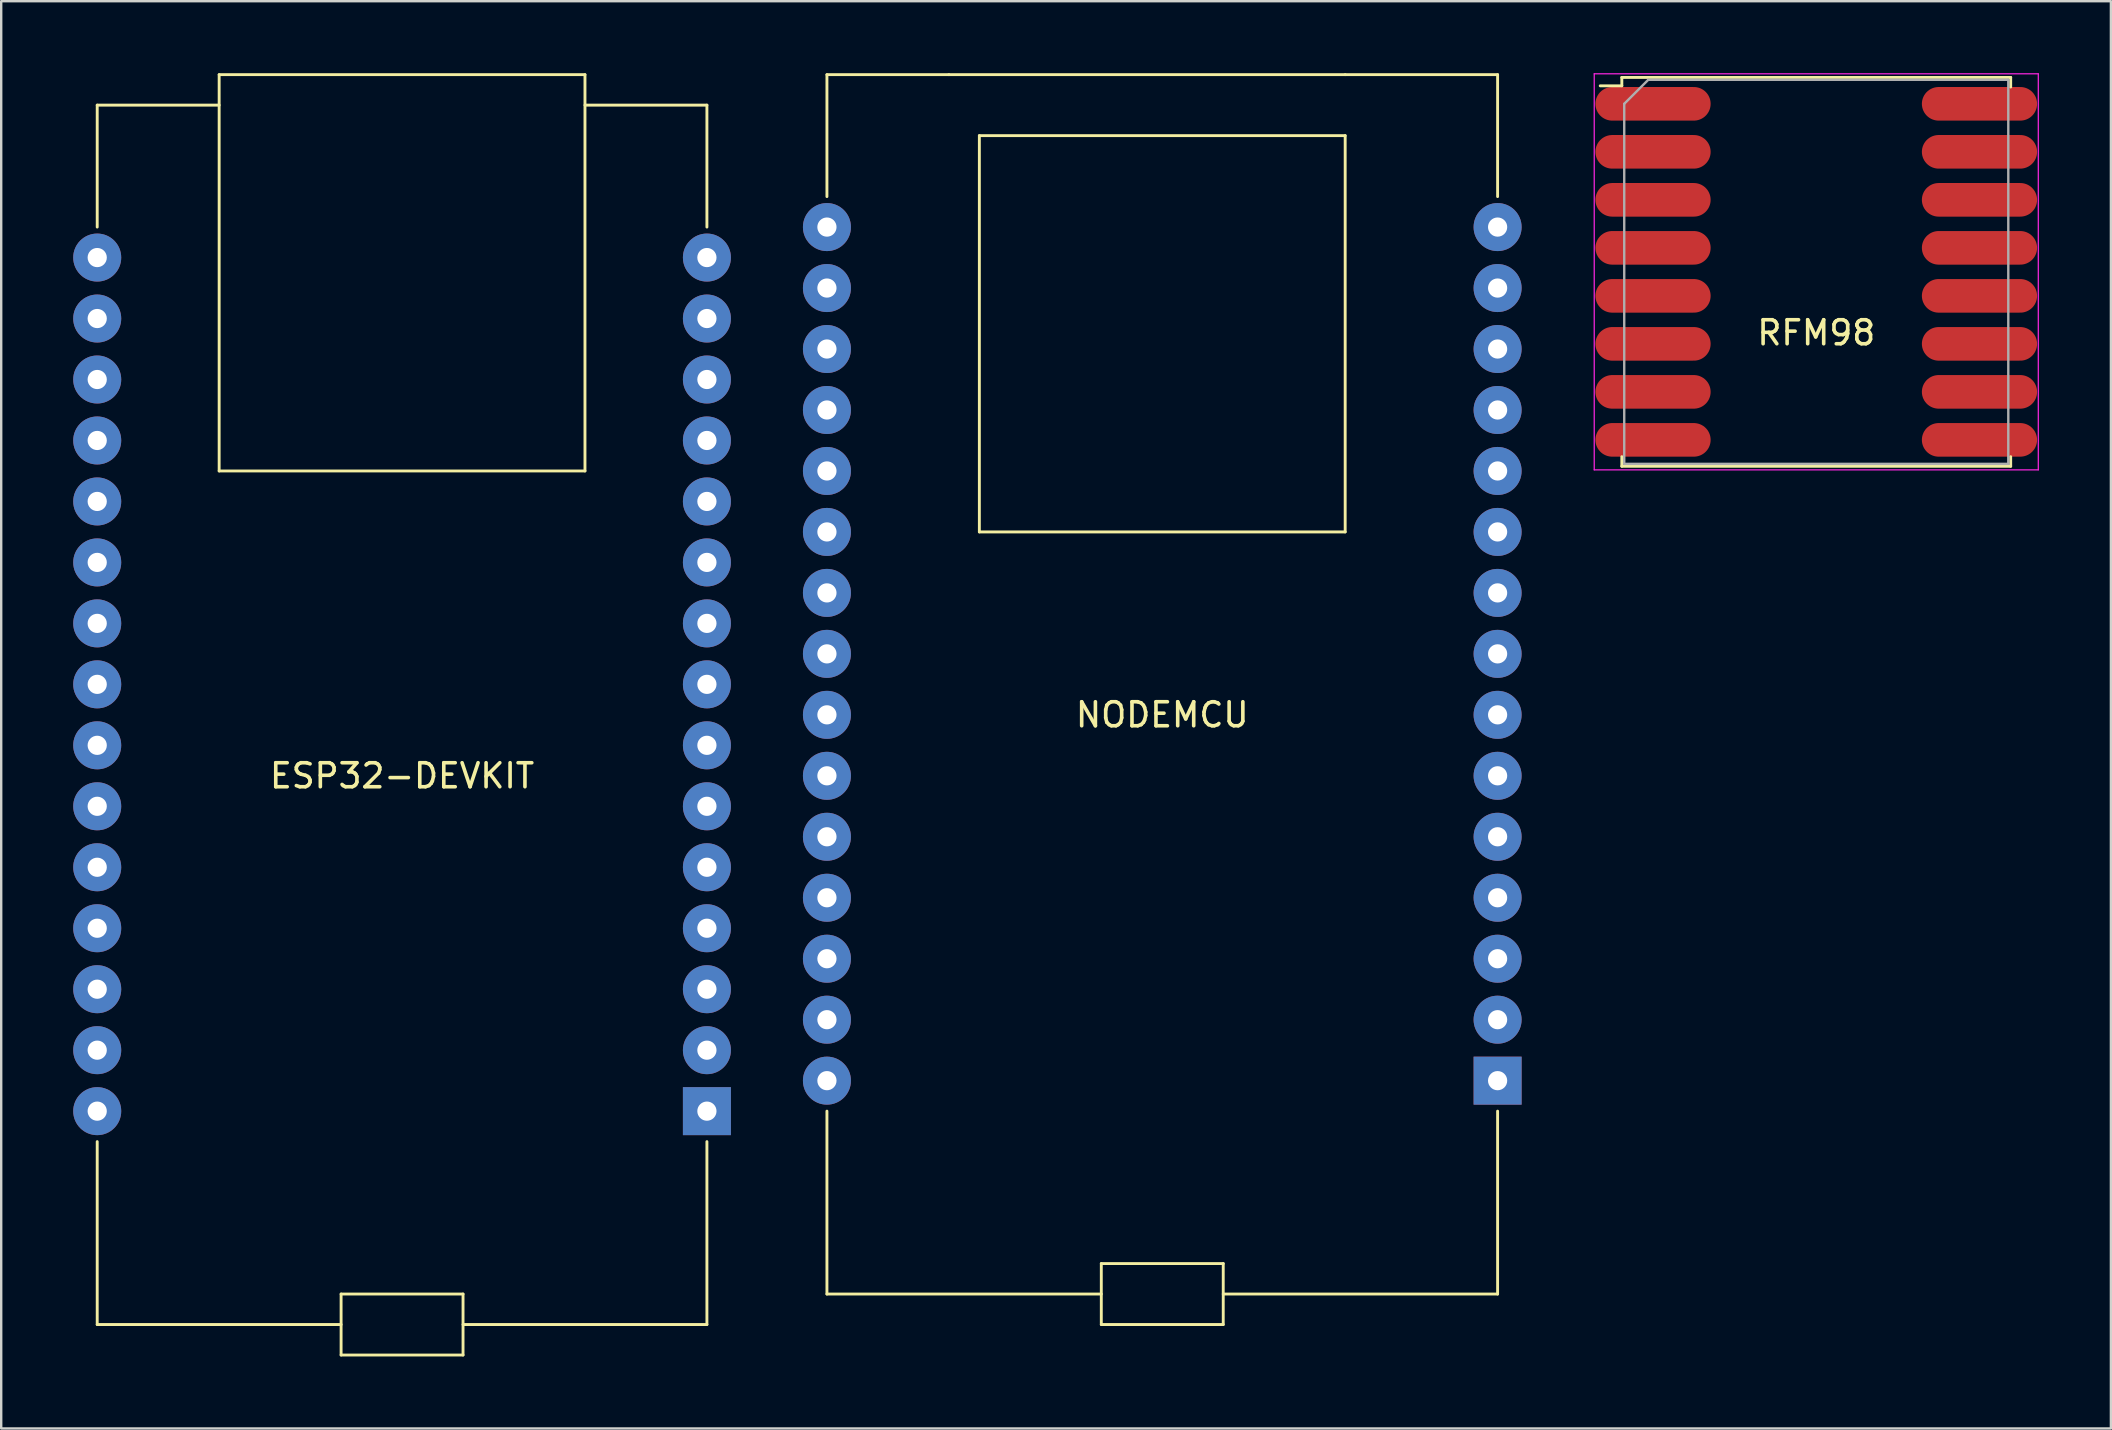
<source format=kicad_pcb>
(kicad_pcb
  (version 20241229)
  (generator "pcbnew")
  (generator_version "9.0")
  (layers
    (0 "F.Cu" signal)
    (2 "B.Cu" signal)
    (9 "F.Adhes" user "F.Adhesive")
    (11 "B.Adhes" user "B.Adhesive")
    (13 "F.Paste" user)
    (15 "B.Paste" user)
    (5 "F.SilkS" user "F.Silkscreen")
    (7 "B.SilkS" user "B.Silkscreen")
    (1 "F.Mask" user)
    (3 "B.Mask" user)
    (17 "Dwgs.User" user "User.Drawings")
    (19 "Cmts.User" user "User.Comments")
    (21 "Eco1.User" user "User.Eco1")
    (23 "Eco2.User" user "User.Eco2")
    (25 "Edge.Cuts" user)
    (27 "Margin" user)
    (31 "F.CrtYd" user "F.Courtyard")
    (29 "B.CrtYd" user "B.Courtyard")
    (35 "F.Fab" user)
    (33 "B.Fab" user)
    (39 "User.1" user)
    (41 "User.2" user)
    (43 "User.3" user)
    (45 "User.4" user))
  (footprint "NODEMCU"
    (layer "F.Cu")
    (at 45.37 25.46)
    (property "Reference" "NODEMCU" (at 0 1.27 0) (layer "F.SilkS") (effects (font (size 1 1) (thickness 0.15))))
    (attr through_hole)
    (fp_line (start -13.97 -20.32) (end -13.97 -25.4) (stroke (width 0.12) (type solid)) (layer "F.SilkS"))
    (fp_line (start -13.97 17.78) (end -13.97 25.4) (stroke (width 0.12) (type solid)) (layer "F.SilkS"))
    (fp_line (start -8.89 -25.4) (end -13.97 -25.4) (stroke (width 0.12) (type solid)) (layer "F.SilkS"))
    (fp_line (start -8.89 -25.4) (end 7.62 -25.4) (stroke (width 0.12) (type solid)) (layer "F.SilkS"))
    (fp_line (start -7.62 -22.86) (end -7.62 -6.35) (stroke (width 0.12) (type solid)) (layer "F.SilkS"))
    (fp_line (start -7.62 -6.35) (end 7.62 -6.35) (stroke (width 0.12) (type solid)) (layer "F.SilkS"))
    (fp_line (start -2.54 24.13) (end 2.54 24.13) (stroke (width 0.12) (type solid)) (layer "F.SilkS"))
    (fp_line (start -2.54 25.4) (end -13.97 25.4) (stroke (width 0.12) (type solid)) (layer "F.SilkS"))
    (fp_line (start -2.54 26.67) (end -2.54 24.13) (stroke (width 0.12) (type solid)) (layer "F.SilkS"))
    (fp_line (start 2.54 24.13) (end 2.54 26.67) (stroke (width 0.12) (type solid)) (layer "F.SilkS"))
    (fp_line (start 2.54 26.67) (end -2.54 26.67) (stroke (width 0.12) (type solid)) (layer "F.SilkS"))
    (fp_line (start 7.62 -22.86) (end -7.62 -22.86) (stroke (width 0.12) (type solid)) (layer "F.SilkS"))
    (fp_line (start 7.62 -6.35) (end 7.62 -22.86) (stroke (width 0.12) (type solid)) (layer "F.SilkS"))
    (fp_line (start 13.97 -25.4) (end 7.62 -25.4) (stroke (width 0.12) (type solid)) (layer "F.SilkS"))
    (fp_line (start 13.97 -25.4) (end 13.97 -20.32) (stroke (width 0.12) (type solid)) (layer "F.SilkS"))
    (fp_line (start 13.97 25.4) (end 2.54 25.4) (stroke (width 0.12) (type solid)) (layer "F.SilkS"))
    (fp_line (start 13.97 25.4) (end 13.97 17.78) (stroke (width 0.12) (type solid)) (layer "F.SilkS"))
    (pad "1" thru_hole rect (at 13.97 16.51) (size 2 2) (drill 0.8) (layers "*.Cu" "*.Mask"))
    (pad "2" thru_hole circle (at 13.97 13.97) (size 2 2) (drill 0.8) (layers "*.Cu" "*.Mask"))
    (pad "3" thru_hole circle (at 13.97 11.43) (size 2 2) (drill 0.8) (layers "*.Cu" "*.Mask"))
    (pad "4" thru_hole circle (at 13.97 8.89) (size 2 2) (drill 0.8) (layers "*.Cu" "*.Mask"))
    (pad "5" thru_hole circle (at 13.97 6.35) (size 2 2) (drill 0.8) (layers "*.Cu" "*.Mask"))
    (pad "6" thru_hole circle (at 13.97 3.81) (size 2 2) (drill 0.8) (layers "*.Cu" "*.Mask"))
    (pad "7" thru_hole circle (at 13.97 1.27) (size 2 2) (drill 0.8) (layers "*.Cu" "*.Mask"))
    (pad "8" thru_hole circle (at 13.97 -1.27) (size 2 2) (drill 0.8) (layers "*.Cu" "*.Mask"))
    (pad "9" thru_hole circle (at 13.97 -3.81) (size 2 2) (drill 0.8) (layers "*.Cu" "*.Mask"))
    (pad "10" thru_hole circle (at 13.97 -6.35) (size 2 2) (drill 0.8) (layers "*.Cu" "*.Mask"))
    (pad "11" thru_hole circle (at 13.97 -8.89) (size 2 2) (drill 0.8) (layers "*.Cu" "*.Mask"))
    (pad "12" thru_hole circle (at 13.97 -11.43) (size 2 2) (drill 0.8) (layers "*.Cu" "*.Mask"))
    (pad "13" thru_hole circle (at 13.97 -13.97) (size 2 2) (drill 0.8) (layers "*.Cu" "*.Mask"))
    (pad "14" thru_hole circle (at 13.97 -16.51) (size 2 2) (drill 0.8) (layers "*.Cu" "*.Mask"))
    (pad "15" thru_hole circle (at 13.97 -19.05) (size 2 2) (drill 0.8) (layers "*.Cu" "*.Mask"))
    (pad "16" thru_hole circle (at -13.97 16.51) (size 2 2) (drill 0.8) (layers "*.Cu" "*.Mask"))
    (pad "17" thru_hole circle (at -13.97 13.97) (size 2 2) (drill 0.8) (layers "*.Cu" "*.Mask"))
    (pad "18" thru_hole circle (at -13.97 11.43) (size 2 2) (drill 0.8) (layers "*.Cu" "*.Mask"))
    (pad "19" thru_hole circle (at -13.97 8.89) (size 2 2) (drill 0.8) (layers "*.Cu" "*.Mask"))
    (pad "20" thru_hole circle (at -13.97 6.35) (size 2 2) (drill 0.8) (layers "*.Cu" "*.Mask"))
    (pad "21" thru_hole circle (at -13.97 3.81) (size 2 2) (drill 0.8) (layers "*.Cu" "*.Mask"))
    (pad "22" thru_hole circle (at -13.97 1.27) (size 2 2) (drill 0.8) (layers "*.Cu" "*.Mask"))
    (pad "23" thru_hole circle (at -13.97 -1.27) (size 2 2) (drill 0.8) (layers "*.Cu" "*.Mask"))
    (pad "24" thru_hole circle (at -13.97 -3.81) (size 2 2) (drill 0.8) (layers "*.Cu" "*.Mask"))
    (pad "25" thru_hole circle (at -13.97 -6.35) (size 2 2) (drill 0.8) (layers "*.Cu" "*.Mask"))
    (pad "26" thru_hole circle (at -13.97 -8.89) (size 2 2) (drill 0.8) (layers "*.Cu" "*.Mask"))
    (pad "27" thru_hole circle (at -13.97 -11.43) (size 2 2) (drill 0.8) (layers "*.Cu" "*.Mask"))
    (pad "28" thru_hole circle (at -13.97 -13.97) (size 2 2) (drill 0.8) (layers "*.Cu" "*.Mask"))
    (pad "29" thru_hole circle (at -13.97 -16.51) (size 2 2) (drill 0.8) (layers "*.Cu" "*.Mask"))
    (pad "30" thru_hole circle (at -13.97 -19.05) (size 2 2) (drill 0.8) (layers "*.Cu" "*.Mask")))
  (footprint "RFM98"
    (layer "F.Cu")
    (at 72.615 8.275)
    (property "Reference" "RFM98" (at 0 2.54 0) (layer "F.SilkS") (effects (font (size 1 1) (thickness 0.15))))
    (attr through_hole)
    (fp_line (start -8.1 -8.1) (end -8.1 -7.75) (stroke (width 0.12) (type solid)) (layer "F.SilkS"))
    (fp_line (start -8.1 -8.1) (end 8.1 -8.1) (stroke (width 0.12) (type solid)) (layer "F.SilkS"))
    (fp_line (start -8.1 -7.75) (end -9 -7.75) (stroke (width 0.12) (type solid)) (layer "F.SilkS"))
    (fp_line (start -8.1 7.7) (end -8.1 8.1) (stroke (width 0.12) (type solid)) (layer "F.SilkS"))
    (fp_line (start -8.1 8.1) (end 8.1 8.1) (stroke (width 0.12) (type solid)) (layer "F.SilkS"))
    (fp_line (start 8.1 -8.1) (end 8.1 -7.7) (stroke (width 0.12) (type solid)) (layer "F.SilkS"))
    (fp_line (start 8.1 8.1) (end 8.1 7.7) (stroke (width 0.12) (type solid)) (layer "F.SilkS"))
    (fp_line (start -9.25 -8.25) (end 9.25 -8.25) (stroke (width 0.05) (type solid)) (layer "F.CrtYd"))
    (fp_line (start -9.25 8.25) (end -9.25 -8.25) (stroke (width 0.05) (type solid)) (layer "F.CrtYd"))
    (fp_line (start -9.25 8.25) (end 9.25 8.25) (stroke (width 0.05) (type solid)) (layer "F.CrtYd"))
    (fp_line (start 9.25 -8.25) (end 9.25 8.25) (stroke (width 0.05) (type solid)) (layer "F.CrtYd"))
    (fp_line (start -8 8) (end -8 -7) (stroke (width 0.1) (type solid)) (layer "F.Fab"))
    (fp_line (start -8 8) (end 8 8) (stroke (width 0.1) (type solid)) (layer "F.Fab"))
    (fp_line (start -7 -8) (end -8 -7) (stroke (width 0.1) (type solid)) (layer "F.Fab"))
    (fp_line (start -7 -8) (end 8 -8) (stroke (width 0.1) (type solid)) (layer "F.Fab"))
    (fp_line (start 8 8) (end 8 -8) (stroke (width 0.1) (type solid)) (layer "F.Fab"))
    (pad "1" smd oval (at -8 -7) (size 4.8 1.4) (drill (offset 1.2 0)) (layers "F.Cu" "F.Mask" "F.Paste"))
    (pad "2" smd oval (at -8 -5) (size 4.8 1.4) (drill (offset 1.2 0)) (layers "F.Cu" "F.Mask" "F.Paste"))
    (pad "3" smd oval (at -8 -3) (size 4.8 1.4) (drill (offset 1.2 0)) (layers "F.Cu" "F.Mask" "F.Paste"))
    (pad "4" smd oval (at -8 -1) (size 4.8 1.4) (drill (offset 1.2 0)) (layers "F.Cu" "F.Mask" "F.Paste"))
    (pad "5" smd oval (at -8 1) (size 4.8 1.4) (drill (offset 1.2 0)) (layers "F.Cu" "F.Mask" "F.Paste"))
    (pad "6" smd oval (at -8 3) (size 4.8 1.4) (drill (offset 1.2 0)) (layers "F.Cu" "F.Mask" "F.Paste"))
    (pad "7" smd oval (at -8 5) (size 4.8 1.4) (drill (offset 1.2 0)) (layers "F.Cu" "F.Mask" "F.Paste"))
    (pad "8" smd oval (at -8 7) (size 4.8 1.4) (drill (offset 1.2 0)) (layers "F.Cu" "F.Mask" "F.Paste"))
    (pad "9" smd oval (at 8 7) (size 4.8 1.4) (drill (offset -1.2 0)) (layers "F.Cu" "F.Mask" "F.Paste"))
    (pad "10" smd oval (at 8 5) (size 4.8 1.4) (drill (offset -1.2 0)) (layers "F.Cu" "F.Mask" "F.Paste"))
    (pad "11" smd oval (at 8 3) (size 4.8 1.4) (drill (offset -1.2 0)) (layers "F.Cu" "F.Mask" "F.Paste"))
    (pad "12" smd oval (at 8 1) (size 4.8 1.4) (drill (offset -1.2 0)) (layers "F.Cu" "F.Mask" "F.Paste"))
    (pad "13" smd oval (at 8 -1) (size 4.8 1.4) (drill (offset -1.2 0)) (layers "F.Cu" "F.Mask" "F.Paste"))
    (pad "14" smd oval (at 8 -3) (size 4.8 1.4) (drill (offset -1.2 0)) (layers "F.Cu" "F.Mask" "F.Paste"))
    (pad "15" smd oval (at 8 -5) (size 4.8 1.4) (drill (offset -1.2 0)) (layers "F.Cu" "F.Mask" "F.Paste"))
    (pad "16" smd oval (at 8 -7) (size 4.8 1.4) (drill (offset -1.2 0)) (layers "F.Cu" "F.Mask" "F.Paste")))
  (footprint "ESP32-DEVKIT"
    (layer "F.Cu")
    (at 13.7 26.73)
    (property "Reference" "ESP32-DEVKIT" (at 0 2.54 0) (layer "F.SilkS") (effects (font (size 1 1) (thickness 0.15))))
    (attr through_hole)
    (fp_line (start -12.7 -20.32) (end -12.7 -25.4) (stroke (width 0.12) (type solid)) (layer "F.SilkS"))
    (fp_line (start -12.7 17.78) (end -12.7 25.4) (stroke (width 0.12) (type solid)) (layer "F.SilkS"))
    (fp_line (start -7.62 -26.67) (end -7.62 -10.16) (stroke (width 0.12) (type solid)) (layer "F.SilkS"))
    (fp_line (start -7.62 -25.4) (end -12.7 -25.4) (stroke (width 0.12) (type solid)) (layer "F.SilkS"))
    (fp_line (start -7.62 -10.16) (end 7.62 -10.16) (stroke (width 0.12) (type solid)) (layer "F.SilkS"))
    (fp_line (start -2.54 24.13) (end 2.54 24.13) (stroke (width 0.12) (type solid)) (layer "F.SilkS"))
    (fp_line (start -2.54 25.4) (end -12.7 25.4) (stroke (width 0.12) (type solid)) (layer "F.SilkS"))
    (fp_line (start -2.54 26.67) (end -2.54 24.13) (stroke (width 0.12) (type solid)) (layer "F.SilkS"))
    (fp_line (start 2.54 24.13) (end 2.54 26.67) (stroke (width 0.12) (type solid)) (layer "F.SilkS"))
    (fp_line (start 2.54 26.67) (end -2.54 26.67) (stroke (width 0.12) (type solid)) (layer "F.SilkS"))
    (fp_line (start 7.62 -26.67) (end -7.62 -26.67) (stroke (width 0.12) (type solid)) (layer "F.SilkS"))
    (fp_line (start 7.62 -10.16) (end 7.62 -26.67) (stroke (width 0.12) (type solid)) (layer "F.SilkS"))
    (fp_line (start 12.7 -25.4) (end 7.62 -25.4) (stroke (width 0.12) (type solid)) (layer "F.SilkS"))
    (fp_line (start 12.7 -25.4) (end 12.7 -20.32) (stroke (width 0.12) (type solid)) (layer "F.SilkS"))
    (fp_line (start 12.7 25.4) (end 2.54 25.4) (stroke (width 0.12) (type solid)) (layer "F.SilkS"))
    (fp_line (start 12.7 25.4) (end 12.7 17.78) (stroke (width 0.12) (type solid)) (layer "F.SilkS"))
    (pad "1" thru_hole rect (at 12.7 16.51) (size 2 2) (drill 0.8) (layers "*.Cu" "*.Mask"))
    (pad "2" thru_hole circle (at 12.7 13.97) (size 2 2) (drill 0.8) (layers "*.Cu" "*.Mask"))
    (pad "3" thru_hole circle (at 12.7 11.43) (size 2 2) (drill 0.8) (layers "*.Cu" "*.Mask"))
    (pad "4" thru_hole circle (at 12.7 8.89) (size 2 2) (drill 0.8) (layers "*.Cu" "*.Mask"))
    (pad "5" thru_hole circle (at 12.7 6.35) (size 2 2) (drill 0.8) (layers "*.Cu" "*.Mask"))
    (pad "6" thru_hole circle (at 12.7 3.81) (size 2 2) (drill 0.8) (layers "*.Cu" "*.Mask"))
    (pad "7" thru_hole circle (at 12.7 1.27) (size 2 2) (drill 0.8) (layers "*.Cu" "*.Mask"))
    (pad "8" thru_hole circle (at 12.7 -1.27) (size 2 2) (drill 0.8) (layers "*.Cu" "*.Mask"))
    (pad "9" thru_hole circle (at 12.7 -3.81) (size 2 2) (drill 0.8) (layers "*.Cu" "*.Mask"))
    (pad "10" thru_hole circle (at 12.7 -6.35) (size 2 2) (drill 0.8) (layers "*.Cu" "*.Mask"))
    (pad "11" thru_hole circle (at 12.7 -8.89) (size 2 2) (drill 0.8) (layers "*.Cu" "*.Mask"))
    (pad "12" thru_hole circle (at 12.7 -11.43) (size 2 2) (drill 0.8) (layers "*.Cu" "*.Mask"))
    (pad "13" thru_hole circle (at 12.7 -13.97) (size 2 2) (drill 0.8) (layers "*.Cu" "*.Mask"))
    (pad "14" thru_hole circle (at 12.7 -16.51) (size 2 2) (drill 0.8) (layers "*.Cu" "*.Mask"))
    (pad "15" thru_hole circle (at 12.7 -19.05) (size 2 2) (drill 0.8) (layers "*.Cu" "*.Mask"))
    (pad "16" thru_hole circle (at -12.7 16.51) (size 2 2) (drill 0.8) (layers "*.Cu" "*.Mask"))
    (pad "17" thru_hole circle (at -12.7 13.97) (size 2 2) (drill 0.8) (layers "*.Cu" "*.Mask"))
    (pad "18" thru_hole circle (at -12.7 11.43) (size 2 2) (drill 0.8) (layers "*.Cu" "*.Mask"))
    (pad "19" thru_hole circle (at -12.7 8.89) (size 2 2) (drill 0.8) (layers "*.Cu" "*.Mask"))
    (pad "20" thru_hole circle (at -12.7 6.35) (size 2 2) (drill 0.8) (layers "*.Cu" "*.Mask"))
    (pad "21" thru_hole circle (at -12.7 3.81) (size 2 2) (drill 0.8) (layers "*.Cu" "*.Mask"))
    (pad "22" thru_hole circle (at -12.7 1.27) (size 2 2) (drill 0.8) (layers "*.Cu" "*.Mask"))
    (pad "23" thru_hole circle (at -12.7 -1.27) (size 2 2) (drill 0.8) (layers "*.Cu" "*.Mask"))
    (pad "24" thru_hole circle (at -12.7 -3.81) (size 2 2) (drill 0.8) (layers "*.Cu" "*.Mask"))
    (pad "25" thru_hole circle (at -12.7 -6.35) (size 2 2) (drill 0.8) (layers "*.Cu" "*.Mask"))
    (pad "26" thru_hole circle (at -12.7 -8.89) (size 2 2) (drill 0.8) (layers "*.Cu" "*.Mask"))
    (pad "27" thru_hole circle (at -12.7 -11.43) (size 2 2) (drill 0.8) (layers "*.Cu" "*.Mask"))
    (pad "28" thru_hole circle (at -12.7 -13.97) (size 2 2) (drill 0.8) (layers "*.Cu" "*.Mask"))
    (pad "29" thru_hole circle (at -12.7 -16.51) (size 2 2) (drill 0.8) (layers "*.Cu" "*.Mask"))
    (pad "30" thru_hole circle (at -12.7 -19.05) (size 2 2) (drill 0.8) (layers "*.Cu" "*.Mask")))
  (gr_rect
    (start -3 -3)
    (end 84.89 56.46)
    (stroke (width 0.1) (type default))
    (fill no)
    (layer "Edge.Cuts")))
</source>
